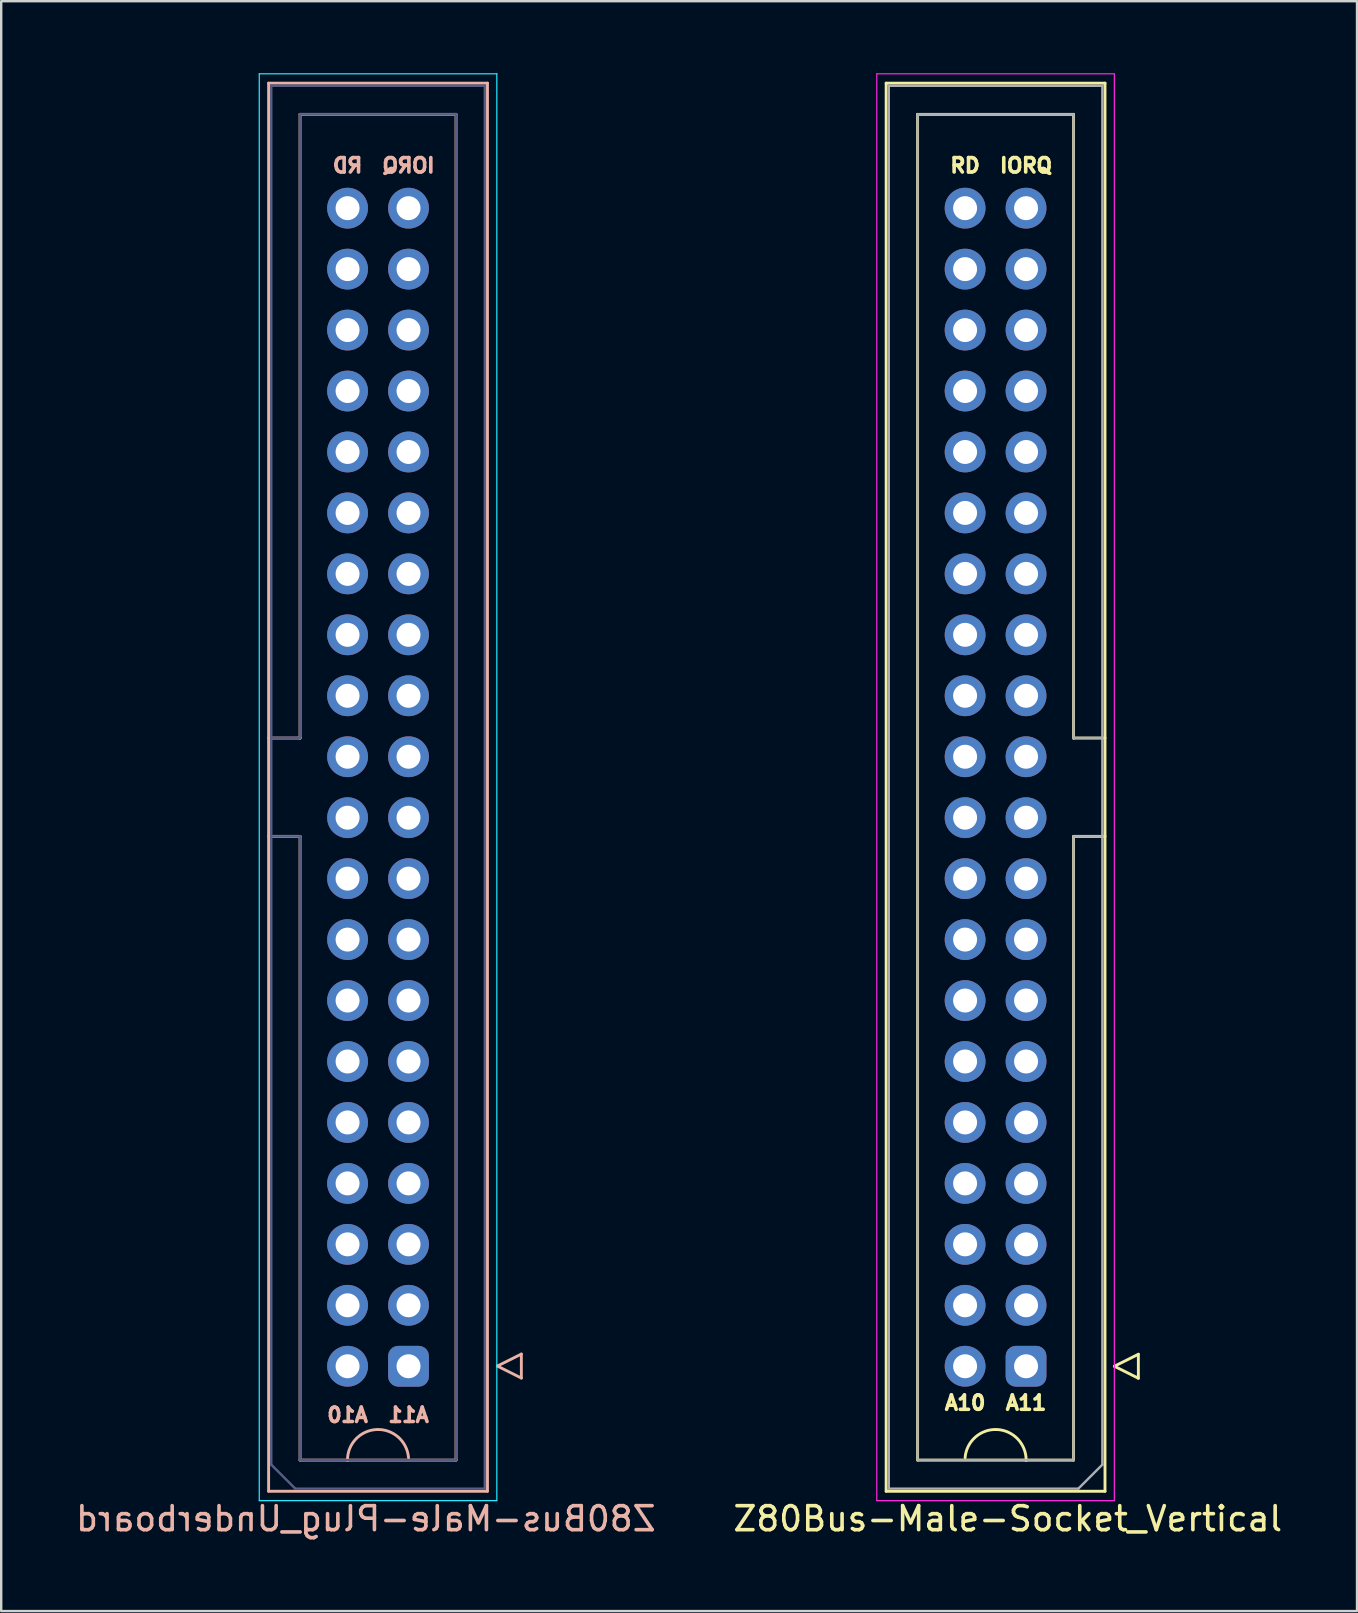
<source format=kicad_pcb>
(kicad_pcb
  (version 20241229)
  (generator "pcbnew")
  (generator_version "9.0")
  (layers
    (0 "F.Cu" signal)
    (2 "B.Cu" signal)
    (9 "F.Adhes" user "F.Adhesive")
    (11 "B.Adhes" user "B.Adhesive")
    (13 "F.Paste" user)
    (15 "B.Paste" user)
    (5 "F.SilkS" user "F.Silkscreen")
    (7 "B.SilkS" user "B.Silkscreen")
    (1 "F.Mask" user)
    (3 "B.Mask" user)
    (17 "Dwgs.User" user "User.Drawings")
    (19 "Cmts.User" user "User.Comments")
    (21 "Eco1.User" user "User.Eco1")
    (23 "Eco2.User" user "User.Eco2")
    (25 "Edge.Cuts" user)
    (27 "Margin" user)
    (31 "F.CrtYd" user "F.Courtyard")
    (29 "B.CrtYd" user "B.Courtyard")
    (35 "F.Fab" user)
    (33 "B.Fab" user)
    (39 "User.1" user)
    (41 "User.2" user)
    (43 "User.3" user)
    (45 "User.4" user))
  (footprint "Z80Bus-Male-Plug_Underboard"
    (layer "F.Cu")
    (at 12.704 29.755)
    (property "Reference" "Z80Bus-Male-Plug_Underboard" (at -0.508 30.484 0) (layer "B.SilkS") (effects (font (size 1 1) (thickness 0.15)) (justify mirror)))
    (attr through_hole)
    (fp_line (start -4.56 -29.34) (end -4.56 29.34) (stroke (width 0.12) (type solid)) (layer "B.SilkS"))
    (fp_line (start -4.56 2.05) (end -3.25 2.05) (stroke (width 0.12) (type solid)) (layer "B.SilkS"))
    (fp_line (start -4.56 29.34) (end 4.56 29.34) (stroke (width 0.12) (type solid)) (layer "B.SilkS"))
    (fp_line (start -3.25 -28.04) (end -3.25 -2.05) (stroke (width 0.12) (type solid)) (layer "B.SilkS"))
    (fp_line (start -3.25 -2.05) (end -4.56 -2.05) (stroke (width 0.12) (type solid)) (layer "B.SilkS"))
    (fp_line (start -3.25 -2.05) (end -3.25 -2.05) (stroke (width 0.12) (type solid)) (layer "B.SilkS"))
    (fp_line (start -3.25 2.05) (end -3.25 28.04) (stroke (width 0.12) (type solid)) (layer "B.SilkS"))
    (fp_line (start -3.25 28.04) (end 3.25 28.04) (stroke (width 0.12) (type solid)) (layer "B.SilkS"))
    (fp_line (start 3.25 -28.04) (end -3.25 -28.04) (stroke (width 0.12) (type solid)) (layer "B.SilkS"))
    (fp_line (start 3.25 28.04) (end 3.25 -28.04) (stroke (width 0.12) (type solid)) (layer "B.SilkS"))
    (fp_line (start 4.56 -29.34) (end -4.56 -29.34) (stroke (width 0.12) (type solid)) (layer "B.SilkS"))
    (fp_line (start 4.56 29.34) (end 4.56 -29.34) (stroke (width 0.12) (type solid)) (layer "B.SilkS"))
    (fp_line (start 4.972 24.122) (end 5.972 23.622) (stroke (width 0.12) (type solid)) (layer "B.SilkS"))
    (fp_line (start 5.972 23.622) (end 5.972 24.622) (stroke (width 0.12) (type solid)) (layer "B.SilkS"))
    (fp_line (start 5.972 24.622) (end 4.972 24.122) (stroke (width 0.12) (type solid)) (layer "B.SilkS"))
    (fp_arc (start -1.273837 28.055278) (mid -0.05767 26.767376) (end 1.27 27.94) (stroke (width 0.12) (type solid)) (layer "B.SilkS"))
    (fp_line (start -4.95 -29.73) (end 4.95 -29.73) (stroke (width 0.05) (type solid)) (layer "B.CrtYd"))
    (fp_line (start -4.95 29.73) (end -4.95 -29.73) (stroke (width 0.05) (type solid)) (layer "B.CrtYd"))
    (fp_line (start 4.95 -29.73) (end 4.95 29.73) (stroke (width 0.05) (type solid)) (layer "B.CrtYd"))
    (fp_line (start 4.95 29.73) (end -4.95 29.73) (stroke (width 0.05) (type solid)) (layer "B.CrtYd"))
    (fp_line (start -4.45 -29.23) (end -4.45 28.23) (stroke (width 0.1) (type solid)) (layer "B.Fab"))
    (fp_line (start -4.45 2.05) (end -3.25 2.05) (stroke (width 0.1) (type solid)) (layer "B.Fab"))
    (fp_line (start -4.45 28.23) (end -3.45 29.23) (stroke (width 0.1) (type solid)) (layer "B.Fab"))
    (fp_line (start -3.45 29.23) (end 4.45 29.23) (stroke (width 0.1) (type solid)) (layer "B.Fab"))
    (fp_line (start -3.25 -28.04) (end -3.25 -2.05) (stroke (width 0.1) (type solid)) (layer "B.Fab"))
    (fp_line (start -3.25 -2.05) (end -4.45 -2.05) (stroke (width 0.1) (type solid)) (layer "B.Fab"))
    (fp_line (start -3.25 -2.05) (end -3.25 -2.05) (stroke (width 0.1) (type solid)) (layer "B.Fab"))
    (fp_line (start -3.25 2.05) (end -3.25 28.04) (stroke (width 0.1) (type solid)) (layer "B.Fab"))
    (fp_line (start -3.25 28.04) (end 3.25 28.04) (stroke (width 0.1) (type solid)) (layer "B.Fab"))
    (fp_line (start 3.25 -28.04) (end -3.25 -28.04) (stroke (width 0.1) (type solid)) (layer "B.Fab"))
    (fp_line (start 3.25 28.04) (end 3.25 -28.04) (stroke (width 0.1) (type solid)) (layer "B.Fab"))
    (fp_line (start 4.45 -29.23) (end -4.45 -29.23) (stroke (width 0.1) (type solid)) (layer "B.Fab"))
    (fp_line (start 4.45 29.23) (end 4.45 -29.23) (stroke (width 0.1) (type solid)) (layer "B.Fab"))
    (fp_text user "A10" (at -1.27 26.162 0) (unlocked yes) (layer "B.SilkS") (effects (font (size 0.6 0.6) (thickness 0.15)) (justify mirror)))
    (fp_text user "IORQ" (at 1.27 -25.908 0) (unlocked yes) (layer "B.SilkS") (effects (font (size 0.6 0.6) (thickness 0.15)) (justify mirror)))
    (fp_text user "A11" (at 1.27 26.162 0) (unlocked yes) (layer "B.SilkS") (effects (font (size 0.6 0.6) (thickness 0.15)) (justify mirror)))
    (fp_text user "RD" (at -1.27 -25.908 0) (unlocked yes) (layer "B.SilkS") (effects (font (size 0.6 0.6) (thickness 0.15)) (justify mirror)))
    (pad "+5V" thru_hole circle (at 1.27 -1.27) (size 1.7 1.7) (drill 1) (layers "*.Cu" "*.Mask"))
    (pad "1" thru_hole roundrect (at 1.27 24.13) (size 1.7 1.7) (drill 1) (layers "*.Cu" "*.Mask") (roundrect_rratio 0.25))
    (pad "2" thru_hole circle (at 1.27 21.59) (size 1.7 1.7) (drill 1) (layers "*.Cu" "*.Mask"))
    (pad "3" thru_hole circle (at 1.27 19.05) (size 1.7 1.7) (drill 1) (layers "*.Cu" "*.Mask"))
    (pad "4" thru_hole circle (at 1.27 16.51) (size 1.7 1.7) (drill 1) (layers "*.Cu" "*.Mask"))
    (pad "5" thru_hole circle (at 1.27 13.97) (size 1.7 1.7) (drill 1) (layers "*.Cu" "*.Mask"))
    (pad "6" thru_hole circle (at 1.27 11.43) (size 1.7 1.7) (drill 1) (layers "*.Cu" "*.Mask"))
    (pad "7" thru_hole circle (at 1.27 8.89) (size 1.7 1.7) (drill 1) (layers "*.Cu" "*.Mask"))
    (pad "8" thru_hole circle (at 1.27 6.35) (size 1.7 1.7) (drill 1) (layers "*.Cu" "*.Mask"))
    (pad "9" thru_hole circle (at 1.27 3.81) (size 1.7 1.7) (drill 1) (layers "*.Cu" "*.Mask"))
    (pad "10" thru_hole circle (at 1.27 1.27) (size 1.7 1.7) (drill 1) (layers "*.Cu" "*.Mask"))
    (pad "12" thru_hole circle (at 1.27 -3.81) (size 1.7 1.7) (drill 1) (layers "*.Cu" "*.Mask"))
    (pad "13" thru_hole circle (at 1.27 -6.35) (size 1.7 1.7) (drill 1) (layers "*.Cu" "*.Mask"))
    (pad "14" thru_hole circle (at 1.27 -8.89) (size 1.7 1.7) (drill 1) (layers "*.Cu" "*.Mask"))
    (pad "15" thru_hole circle (at 1.27 -11.43) (size 1.7 1.7) (drill 1) (layers "*.Cu" "*.Mask"))
    (pad "16" thru_hole circle (at 1.27 -13.97) (size 1.7 1.7) (drill 1) (layers "*.Cu" "*.Mask"))
    (pad "17" thru_hole circle (at 1.27 -16.51) (size 1.7 1.7) (drill 1) (layers "*.Cu" "*.Mask"))
    (pad "18" thru_hole circle (at 1.27 -19.05) (size 1.7 1.7) (drill 1) (layers "*.Cu" "*.Mask"))
    (pad "19" thru_hole circle (at 1.27 -21.59) (size 1.7 1.7) (drill 1) (layers "*.Cu" "*.Mask"))
    (pad "20" thru_hole circle (at 1.27 -24.13) (size 1.7 1.7) (drill 1) (layers "*.Cu" "*.Mask"))
    (pad "21" thru_hole circle (at -1.27 -24.13) (size 1.7 1.7) (drill 1) (layers "*.Cu" "*.Mask"))
    (pad "22" thru_hole circle (at -1.27 -21.59) (size 1.7 1.7) (drill 1) (layers "*.Cu" "*.Mask"))
    (pad "23" thru_hole circle (at -1.27 -19.05) (size 1.7 1.7) (drill 1) (layers "*.Cu" "*.Mask"))
    (pad "24" thru_hole circle (at -1.27 -16.51) (size 1.7 1.7) (drill 1) (layers "*.Cu" "*.Mask"))
    (pad "25" thru_hole circle (at -1.27 -13.97) (size 1.7 1.7) (drill 1) (layers "*.Cu" "*.Mask"))
    (pad "26" thru_hole circle (at -1.27 -11.43) (size 1.7 1.7) (drill 1) (layers "*.Cu" "*.Mask"))
    (pad "27" thru_hole circle (at -1.27 -8.89) (size 1.7 1.7) (drill 1) (layers "*.Cu" "*.Mask"))
    (pad "28" thru_hole circle (at -1.27 -6.35) (size 1.7 1.7) (drill 1) (layers "*.Cu" "*.Mask"))
    (pad "30" thru_hole circle (at -1.27 -1.27) (size 1.7 1.7) (drill 1) (layers "*.Cu" "*.Mask"))
    (pad "31" thru_hole circle (at -1.27 1.27) (size 1.7 1.7) (drill 1) (layers "*.Cu" "*.Mask"))
    (pad "32" thru_hole circle (at -1.27 3.81) (size 1.7 1.7) (drill 1) (layers "*.Cu" "*.Mask"))
    (pad "33" thru_hole circle (at -1.27 6.35) (size 1.7 1.7) (drill 1) (layers "*.Cu" "*.Mask"))
    (pad "34" thru_hole circle (at -1.27 8.89) (size 1.7 1.7) (drill 1) (layers "*.Cu" "*.Mask"))
    (pad "35" thru_hole circle (at -1.27 11.43) (size 1.7 1.7) (drill 1) (layers "*.Cu" "*.Mask"))
    (pad "36" thru_hole circle (at -1.27 13.97) (size 1.7 1.7) (drill 1) (layers "*.Cu" "*.Mask"))
    (pad "37" thru_hole circle (at -1.27 16.51) (size 1.7 1.7) (drill 1) (layers "*.Cu" "*.Mask"))
    (pad "38" thru_hole circle (at -1.27 19.05) (size 1.7 1.7) (drill 1) (layers "*.Cu" "*.Mask"))
    (pad "39" thru_hole circle (at -1.27 21.59) (size 1.7 1.7) (drill 1) (layers "*.Cu" "*.Mask"))
    (pad "40" thru_hole circle (at -1.27 24.13) (size 1.7 1.7) (drill 1) (layers "*.Cu" "*.Mask"))
    (pad "GND" thru_hole circle (at -1.27 -3.81) (size 1.7 1.7) (drill 1) (layers "*.Cu" "*.Mask")))
  (footprint "Z80Bus-Male-Socket_Vertical"
    (layer "F.Cu")
    (at 38.438 29.755)
    (property "Reference" "Z80Bus-Male-Socket_Vertical" (at 0.508 30.484 0) (layer "F.SilkS") (effects (font (size 1 1) (thickness 0.15))))
    (attr through_hole)
    (fp_line (start -4.56 -29.34) (end 4.56 -29.34) (stroke (width 0.12) (type solid)) (layer "F.SilkS"))
    (fp_line (start -4.56 29.34) (end -4.56 -29.34) (stroke (width 0.12) (type solid)) (layer "F.SilkS"))
    (fp_line (start -3.25 -28.04) (end 3.25 -28.04) (stroke (width 0.12) (type solid)) (layer "F.SilkS"))
    (fp_line (start -3.25 28.04) (end -3.25 -28.04) (stroke (width 0.12) (type solid)) (layer "F.SilkS"))
    (fp_line (start 3.25 -28.04) (end 3.25 -2.05) (stroke (width 0.12) (type solid)) (layer "F.SilkS"))
    (fp_line (start 3.25 -2.05) (end 3.25 -2.05) (stroke (width 0.12) (type solid)) (layer "F.SilkS"))
    (fp_line (start 3.25 -2.05) (end 4.56 -2.05) (stroke (width 0.12) (type solid)) (layer "F.SilkS"))
    (fp_line (start 3.25 2.05) (end 3.25 28.04) (stroke (width 0.12) (type solid)) (layer "F.SilkS"))
    (fp_line (start 3.25 28.04) (end -3.25 28.04) (stroke (width 0.12) (type solid)) (layer "F.SilkS"))
    (fp_line (start 4.56 -29.34) (end 4.56 29.34) (stroke (width 0.12) (type solid)) (layer "F.SilkS"))
    (fp_line (start 4.56 2.05) (end 3.25 2.05) (stroke (width 0.12) (type solid)) (layer "F.SilkS"))
    (fp_line (start 4.56 29.34) (end -4.56 29.34) (stroke (width 0.12) (type solid)) (layer "F.SilkS"))
    (fp_line (start 4.95 24.13) (end 5.95 24.63) (stroke (width 0.12) (type solid)) (layer "F.SilkS"))
    (fp_line (start 5.95 23.63) (end 4.95 24.13) (stroke (width 0.12) (type solid)) (layer "F.SilkS"))
    (fp_line (start 5.95 24.63) (end 5.95 23.63) (stroke (width 0.12) (type solid)) (layer "F.SilkS"))
    (fp_arc (start -1.27 27.94) (mid 0.05767 26.767376) (end 1.273837 28.055278) (stroke (width 0.12) (type solid)) (layer "F.SilkS"))
    (fp_line (start -4.95 -29.73) (end -4.95 29.73) (stroke (width 0.05) (type solid)) (layer "F.CrtYd"))
    (fp_line (start -4.95 29.73) (end 4.95 29.73) (stroke (width 0.05) (type solid)) (layer "F.CrtYd"))
    (fp_line (start 4.95 -29.73) (end -4.95 -29.73) (stroke (width 0.05) (type solid)) (layer "F.CrtYd"))
    (fp_line (start 4.95 29.73) (end 4.95 -29.73) (stroke (width 0.05) (type solid)) (layer "F.CrtYd"))
    (fp_line (start -4.45 -29.23) (end 4.45 -29.23) (stroke (width 0.1) (type solid)) (layer "F.Fab"))
    (fp_line (start -4.45 29.23) (end -4.45 -29.23) (stroke (width 0.1) (type solid)) (layer "F.Fab"))
    (fp_line (start -3.25 -28.04) (end 3.25 -28.04) (stroke (width 0.1) (type solid)) (layer "F.Fab"))
    (fp_line (start -3.25 28.04) (end -3.25 -28.04) (stroke (width 0.1) (type solid)) (layer "F.Fab"))
    (fp_line (start 3.25 -28.04) (end 3.25 -2.05) (stroke (width 0.1) (type solid)) (layer "F.Fab"))
    (fp_line (start 3.25 -2.05) (end 3.25 -2.05) (stroke (width 0.1) (type solid)) (layer "F.Fab"))
    (fp_line (start 3.25 -2.05) (end 4.45 -2.05) (stroke (width 0.1) (type solid)) (layer "F.Fab"))
    (fp_line (start 3.25 2.05) (end 3.25 28.04) (stroke (width 0.1) (type solid)) (layer "F.Fab"))
    (fp_line (start 3.25 28.04) (end -3.25 28.04) (stroke (width 0.1) (type solid)) (layer "F.Fab"))
    (fp_line (start 3.45 29.23) (end -4.45 29.23) (stroke (width 0.1) (type solid)) (layer "F.Fab"))
    (fp_line (start 4.45 -29.23) (end 4.45 28.23) (stroke (width 0.1) (type solid)) (layer "F.Fab"))
    (fp_line (start 4.45 2.05) (end 3.25 2.05) (stroke (width 0.1) (type solid)) (layer "F.Fab"))
    (fp_line (start 4.45 28.23) (end 3.45 29.23) (stroke (width 0.1) (type solid)) (layer "F.Fab"))
    (fp_text user "IORQ" (at 1.27 -25.908 0) (unlocked yes) (layer "F.SilkS") (effects (font (size 0.6 0.6) (thickness 0.15))))
    (fp_text user "A11" (at 1.27 25.654 0) (unlocked yes) (layer "F.SilkS") (effects (font (size 0.6 0.6) (thickness 0.15))))
    (fp_text user "RD" (at -1.27 -25.908 0) (unlocked yes) (layer "F.SilkS") (effects (font (size 0.6 0.6) (thickness 0.15))))
    (fp_text user "A10" (at -1.27 25.654 0) (unlocked yes) (layer "F.SilkS") (effects (font (size 0.6 0.6) (thickness 0.15))))
    (pad "+5V" thru_hole circle (at 1.27 -1.27) (size 1.7 1.7) (drill 1) (layers "*.Cu" "*.Mask"))
    (pad "1" thru_hole roundrect (at 1.27 24.13) (size 1.7 1.7) (drill 1) (layers "*.Cu" "*.Mask") (roundrect_rratio 0.25))
    (pad "2" thru_hole circle (at 1.27 21.59) (size 1.7 1.7) (drill 1) (layers "*.Cu" "*.Mask"))
    (pad "3" thru_hole circle (at 1.27 19.05) (size 1.7 1.7) (drill 1) (layers "*.Cu" "*.Mask"))
    (pad "4" thru_hole circle (at 1.27 16.51) (size 1.7 1.7) (drill 1) (layers "*.Cu" "*.Mask"))
    (pad "5" thru_hole circle (at 1.27 13.97) (size 1.7 1.7) (drill 1) (layers "*.Cu" "*.Mask"))
    (pad "6" thru_hole circle (at 1.27 11.43) (size 1.7 1.7) (drill 1) (layers "*.Cu" "*.Mask"))
    (pad "7" thru_hole circle (at 1.27 8.89) (size 1.7 1.7) (drill 1) (layers "*.Cu" "*.Mask"))
    (pad "8" thru_hole circle (at 1.27 6.35) (size 1.7 1.7) (drill 1) (layers "*.Cu" "*.Mask"))
    (pad "9" thru_hole circle (at 1.27 3.81) (size 1.7 1.7) (drill 1) (layers "*.Cu" "*.Mask"))
    (pad "10" thru_hole circle (at 1.27 1.27) (size 1.7 1.7) (drill 1) (layers "*.Cu" "*.Mask"))
    (pad "12" thru_hole circle (at 1.27 -3.81) (size 1.7 1.7) (drill 1) (layers "*.Cu" "*.Mask"))
    (pad "13" thru_hole circle (at 1.27 -6.35) (size 1.7 1.7) (drill 1) (layers "*.Cu" "*.Mask"))
    (pad "14" thru_hole circle (at 1.27 -8.89) (size 1.7 1.7) (drill 1) (layers "*.Cu" "*.Mask"))
    (pad "15" thru_hole circle (at 1.27 -11.43) (size 1.7 1.7) (drill 1) (layers "*.Cu" "*.Mask"))
    (pad "16" thru_hole circle (at 1.27 -13.97) (size 1.7 1.7) (drill 1) (layers "*.Cu" "*.Mask"))
    (pad "17" thru_hole circle (at 1.27 -16.51) (size 1.7 1.7) (drill 1) (layers "*.Cu" "*.Mask"))
    (pad "18" thru_hole circle (at 1.27 -19.05) (size 1.7 1.7) (drill 1) (layers "*.Cu" "*.Mask"))
    (pad "19" thru_hole circle (at 1.27 -21.59) (size 1.7 1.7) (drill 1) (layers "*.Cu" "*.Mask"))
    (pad "20" thru_hole circle (at 1.27 -24.13) (size 1.7 1.7) (drill 1) (layers "*.Cu" "*.Mask"))
    (pad "21" thru_hole circle (at -1.27 -24.13) (size 1.7 1.7) (drill 1) (layers "*.Cu" "*.Mask"))
    (pad "22" thru_hole circle (at -1.27 -21.59) (size 1.7 1.7) (drill 1) (layers "*.Cu" "*.Mask"))
    (pad "23" thru_hole circle (at -1.27 -19.05) (size 1.7 1.7) (drill 1) (layers "*.Cu" "*.Mask"))
    (pad "24" thru_hole circle (at -1.27 -16.51) (size 1.7 1.7) (drill 1) (layers "*.Cu" "*.Mask"))
    (pad "25" thru_hole circle (at -1.27 -13.97) (size 1.7 1.7) (drill 1) (layers "*.Cu" "*.Mask"))
    (pad "26" thru_hole circle (at -1.27 -11.43) (size 1.7 1.7) (drill 1) (layers "*.Cu" "*.Mask"))
    (pad "27" thru_hole circle (at -1.27 -8.89) (size 1.7 1.7) (drill 1) (layers "*.Cu" "*.Mask"))
    (pad "28" thru_hole circle (at -1.27 -6.35) (size 1.7 1.7) (drill 1) (layers "*.Cu" "*.Mask"))
    (pad "30" thru_hole circle (at -1.27 -1.27) (size 1.7 1.7) (drill 1) (layers "*.Cu" "*.Mask"))
    (pad "31" thru_hole circle (at -1.27 1.27) (size 1.7 1.7) (drill 1) (layers "*.Cu" "*.Mask"))
    (pad "32" thru_hole circle (at -1.27 3.81) (size 1.7 1.7) (drill 1) (layers "*.Cu" "*.Mask"))
    (pad "33" thru_hole circle (at -1.27 6.35) (size 1.7 1.7) (drill 1) (layers "*.Cu" "*.Mask"))
    (pad "34" thru_hole circle (at -1.27 8.89) (size 1.7 1.7) (drill 1) (layers "*.Cu" "*.Mask"))
    (pad "35" thru_hole circle (at -1.27 11.43) (size 1.7 1.7) (drill 1) (layers "*.Cu" "*.Mask"))
    (pad "36" thru_hole circle (at -1.27 13.97) (size 1.7 1.7) (drill 1) (layers "*.Cu" "*.Mask"))
    (pad "37" thru_hole circle (at -1.27 16.51) (size 1.7 1.7) (drill 1) (layers "*.Cu" "*.Mask"))
    (pad "38" thru_hole circle (at -1.27 19.05) (size 1.7 1.7) (drill 1) (layers "*.Cu" "*.Mask"))
    (pad "39" thru_hole circle (at -1.27 21.59) (size 1.7 1.7) (drill 1) (layers "*.Cu" "*.Mask"))
    (pad "40" thru_hole circle (at -1.27 24.13) (size 1.7 1.7) (drill 1) (layers "*.Cu" "*.Mask"))
    (pad "GND" thru_hole circle (at -1.27 -3.81) (size 1.7 1.7) (drill 1) (layers "*.Cu" "*.Mask")))
  (gr_rect
    (start -3 -3)
    (end 53.5 64.087)
    (stroke (width 0.1) (type default))
    (fill no)
    (layer "Edge.Cuts")))
</source>
